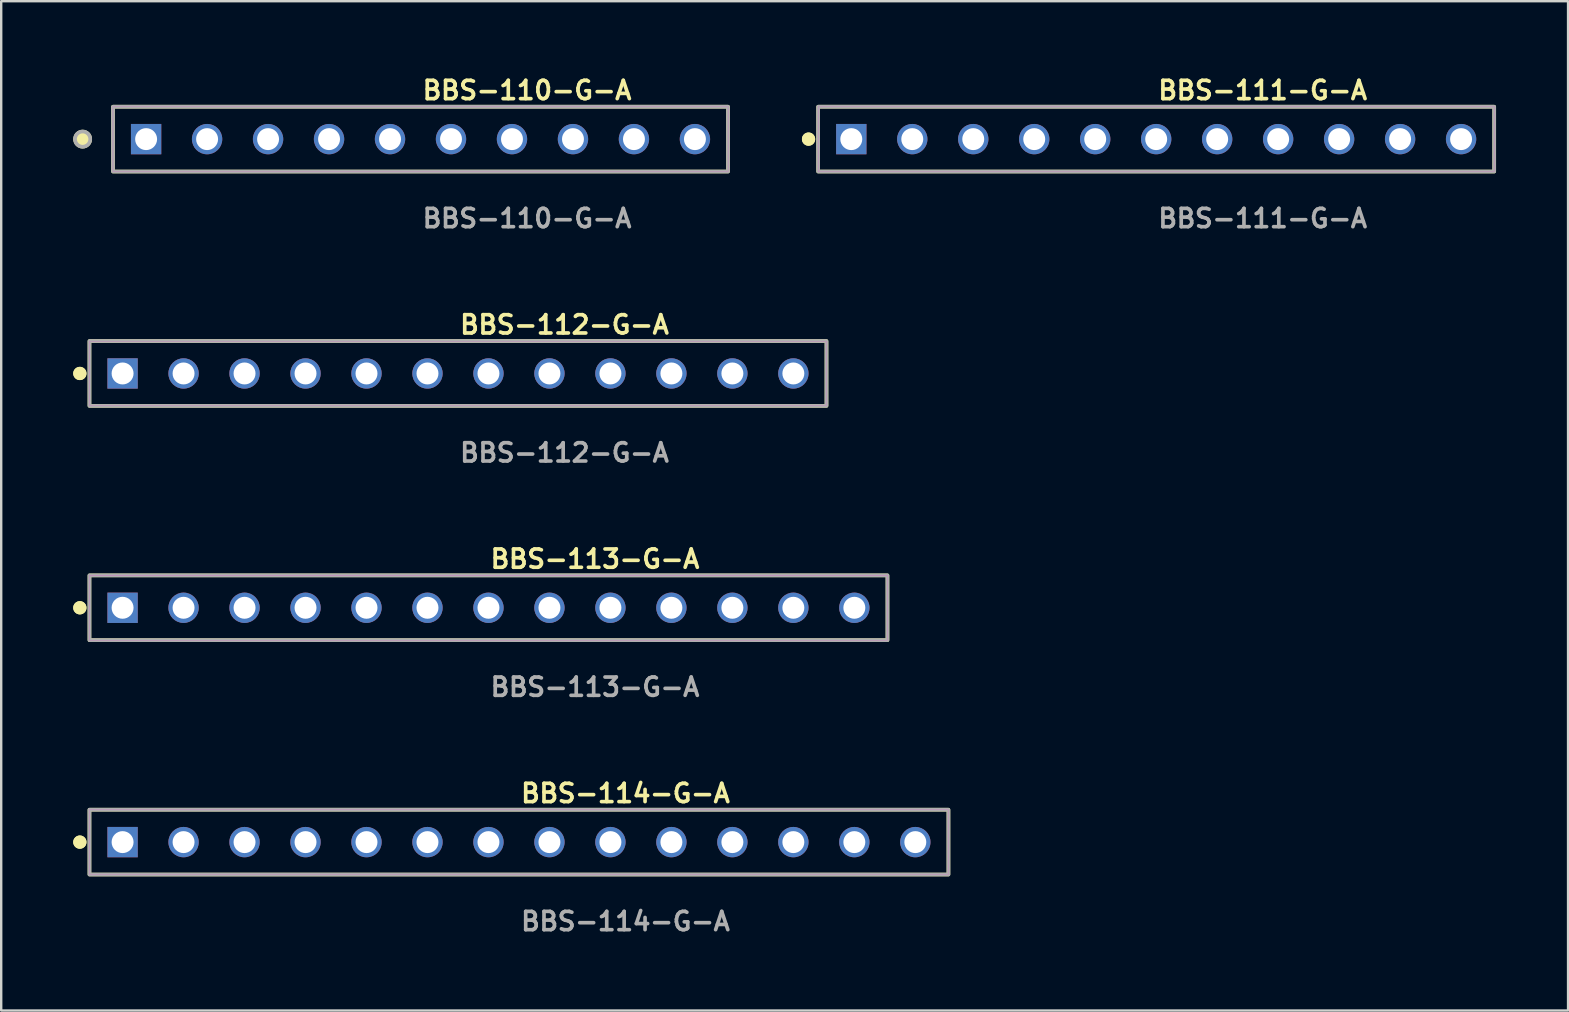
<source format=kicad_pcb>
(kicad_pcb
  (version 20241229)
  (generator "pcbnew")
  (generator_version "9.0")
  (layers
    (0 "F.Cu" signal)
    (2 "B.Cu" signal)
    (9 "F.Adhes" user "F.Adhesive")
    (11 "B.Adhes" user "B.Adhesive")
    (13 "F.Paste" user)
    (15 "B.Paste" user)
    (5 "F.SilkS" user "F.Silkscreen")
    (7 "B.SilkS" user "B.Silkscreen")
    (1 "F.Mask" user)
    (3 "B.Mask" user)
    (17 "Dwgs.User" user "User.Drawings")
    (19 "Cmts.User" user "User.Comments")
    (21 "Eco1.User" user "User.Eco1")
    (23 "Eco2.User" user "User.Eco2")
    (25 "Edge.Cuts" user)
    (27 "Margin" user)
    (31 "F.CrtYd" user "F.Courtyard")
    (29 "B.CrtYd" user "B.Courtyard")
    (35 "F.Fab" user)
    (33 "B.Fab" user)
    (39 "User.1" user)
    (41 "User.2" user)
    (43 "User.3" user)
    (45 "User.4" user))
  (footprint "BBS-111-G-A"
    (layer "F.Cu")
    (at 45.109 2.745)
    (property "Reference" "BBS-111-G-A" (at 0 -2.032 0) (unlocked yes) (layer "F.SilkS") (effects (font (size 0.762 0.762) (thickness 0.152)) (justify left)))
    (fp_rect (start -14.08 1.35) (end 14.08 -1.35) (stroke (width 0.152) (type solid)) (fill no) (layer "F.SilkS"))
    (fp_circle (center -14.48 0) (end -14.68 0) (stroke (width 0.152) (type solid)) (fill yes) (layer "F.SilkS"))
    (fp_circle (center -14.48 0) (end -14.68 0) (stroke (width 0.152) (type solid)) (fill yes) (layer "F.SilkS"))
    (fp_rect (start -14.08 1.35) (end 14.08 -1.35) (stroke (width 0.006) (type solid)) (fill no) (layer "F.CrtYd"))
    (fp_rect (start -14.08 1.35) (end 14.08 -1.35) (stroke (width 0.152) (type solid)) (fill no) (layer "F.Fab"))
    (fp_text user "${REFERENCE}" (at 0 3.302 0) (unlocked yes) (layer "F.Fab") (effects (font (size 0.762 0.762) (thickness 0.152)) (justify left)))
    (pad "1" thru_hole rect (at -12.7 0) (size 1.264 1.264) (drill 0.914) (layers "*.Cu" "*.Mask"))
    (pad "2" thru_hole circle (at -10.16 0) (size 1.264 1.264) (drill 0.914) (layers "*.Cu" "*.Mask"))
    (pad "3" thru_hole circle (at -7.62 0) (size 1.264 1.264) (drill 0.914) (layers "*.Cu" "*.Mask"))
    (pad "4" thru_hole circle (at -5.08 0) (size 1.264 1.264) (drill 0.914) (layers "*.Cu" "*.Mask"))
    (pad "5" thru_hole circle (at -2.54 0) (size 1.264 1.264) (drill 0.914) (layers "*.Cu" "*.Mask"))
    (pad "6" thru_hole circle (at 0 0) (size 1.264 1.264) (drill 0.914) (layers "*.Cu" "*.Mask"))
    (pad "7" thru_hole circle (at 2.54 0) (size 1.264 1.264) (drill 0.914) (layers "*.Cu" "*.Mask"))
    (pad "8" thru_hole circle (at 5.08 0) (size 1.264 1.264) (drill 0.914) (layers "*.Cu" "*.Mask"))
    (pad "9" thru_hole circle (at 7.62 0) (size 1.264 1.264) (drill 0.914) (layers "*.Cu" "*.Mask"))
    (pad "10" thru_hole circle (at 10.16 0) (size 1.264 1.264) (drill 0.914) (layers "*.Cu" "*.Mask"))
    (pad "11" thru_hole circle (at 12.7 0) (size 1.264 1.264) (drill 0.914) (layers "*.Cu" "*.Mask")))
  (footprint "BBS-110-G-A"
    (layer "F.Cu")
    (at 14.466 2.745)
    (property "Reference" "BBS-110-G-A" (at 0 -2.032 0) (unlocked yes) (layer "F.SilkS") (effects (font (size 0.762 0.762) (thickness 0.152)) (justify left)))
    (fp_rect (start -12.81 1.35) (end 12.81 -1.35) (stroke (width 0.152) (type solid)) (fill no) (layer "F.SilkS"))
    (fp_circle (center -14.074 0) (end -14.39 0) (stroke (width 0.152) (type solid)) (fill yes) (layer "F.SilkS"))
    (fp_rect (start -12.81 1.35) (end 12.81 -1.35) (stroke (width 0.006) (type solid)) (fill no) (layer "F.CrtYd"))
    (fp_rect (start -12.81 1.35) (end 12.81 -1.35) (stroke (width 0.152) (type solid)) (fill no) (layer "F.Fab"))
    (fp_circle (center -14.074 0) (end -14.39 0) (stroke (width 0.152) (type solid)) (fill no) (layer "F.Fab"))
    (fp_text user "${REFERENCE}" (at 0 3.302 0) (unlocked yes) (layer "F.Fab") (effects (font (size 0.762 0.762) (thickness 0.152)) (justify left)))
    (pad "1" thru_hole rect (at -11.43 0) (size 1.264 1.264) (drill 0.914) (layers "*.Cu" "*.Mask"))
    (pad "2" thru_hole circle (at -8.89 0) (size 1.264 1.264) (drill 0.914) (layers "*.Cu" "*.Mask"))
    (pad "3" thru_hole circle (at -6.35 0) (size 1.264 1.264) (drill 0.914) (layers "*.Cu" "*.Mask"))
    (pad "4" thru_hole circle (at -3.81 0) (size 1.264 1.264) (drill 0.914) (layers "*.Cu" "*.Mask"))
    (pad "5" thru_hole circle (at -1.27 0) (size 1.264 1.264) (drill 0.914) (layers "*.Cu" "*.Mask"))
    (pad "6" thru_hole circle (at 1.27 0) (size 1.264 1.264) (drill 0.914) (layers "*.Cu" "*.Mask"))
    (pad "7" thru_hole circle (at 3.81 0) (size 1.264 1.264) (drill 0.914) (layers "*.Cu" "*.Mask"))
    (pad "8" thru_hole circle (at 6.35 0) (size 1.264 1.264) (drill 0.914) (layers "*.Cu" "*.Mask"))
    (pad "9" thru_hole circle (at 8.89 0) (size 1.264 1.264) (drill 0.914) (layers "*.Cu" "*.Mask"))
    (pad "10" thru_hole circle (at 11.43 0) (size 1.264 1.264) (drill 0.914) (layers "*.Cu" "*.Mask")))
  (footprint "BBS-113-G-A"
    (layer "F.Cu")
    (at 17.296 22.266)
    (property "Reference" "BBS-113-G-A" (at 0 -2.032 0) (unlocked yes) (layer "F.SilkS") (effects (font (size 0.762 0.762) (thickness 0.152)) (justify left)))
    (fp_rect (start -16.62 1.35) (end 16.62 -1.35) (stroke (width 0.152) (type solid)) (fill no) (layer "F.SilkS"))
    (fp_circle (center -17.02 0) (end -17.22 0) (stroke (width 0.152) (type solid)) (fill yes) (layer "F.SilkS"))
    (fp_circle (center -17.02 0) (end -17.22 0) (stroke (width 0.152) (type solid)) (fill yes) (layer "F.SilkS"))
    (fp_rect (start -16.62 1.35) (end 16.62 -1.35) (stroke (width 0.006) (type solid)) (fill no) (layer "F.CrtYd"))
    (fp_rect (start -16.62 1.35) (end 16.62 -1.35) (stroke (width 0.152) (type solid)) (fill no) (layer "F.Fab"))
    (fp_text user "${REFERENCE}" (at 0 3.302 0) (unlocked yes) (layer "F.Fab") (effects (font (size 0.762 0.762) (thickness 0.152)) (justify left)))
    (pad "1" thru_hole rect (at -15.24 0) (size 1.264 1.264) (drill 0.914) (layers "*.Cu" "*.Mask"))
    (pad "2" thru_hole circle (at -12.7 0) (size 1.264 1.264) (drill 0.914) (layers "*.Cu" "*.Mask"))
    (pad "3" thru_hole circle (at -10.16 0) (size 1.264 1.264) (drill 0.914) (layers "*.Cu" "*.Mask"))
    (pad "4" thru_hole circle (at -7.62 0) (size 1.264 1.264) (drill 0.914) (layers "*.Cu" "*.Mask"))
    (pad "5" thru_hole circle (at -5.08 0) (size 1.264 1.264) (drill 0.914) (layers "*.Cu" "*.Mask"))
    (pad "6" thru_hole circle (at -2.54 0) (size 1.264 1.264) (drill 0.914) (layers "*.Cu" "*.Mask"))
    (pad "7" thru_hole circle (at 0 0) (size 1.264 1.264) (drill 0.914) (layers "*.Cu" "*.Mask"))
    (pad "8" thru_hole circle (at 2.54 0) (size 1.264 1.264) (drill 0.914) (layers "*.Cu" "*.Mask"))
    (pad "9" thru_hole circle (at 5.08 0) (size 1.264 1.264) (drill 0.914) (layers "*.Cu" "*.Mask"))
    (pad "10" thru_hole circle (at 7.62 0) (size 1.264 1.264) (drill 0.914) (layers "*.Cu" "*.Mask"))
    (pad "11" thru_hole circle (at 10.16 0) (size 1.264 1.264) (drill 0.914) (layers "*.Cu" "*.Mask"))
    (pad "12" thru_hole circle (at 12.7 0) (size 1.264 1.264) (drill 0.914) (layers "*.Cu" "*.Mask"))
    (pad "13" thru_hole circle (at 15.24 0) (size 1.264 1.264) (drill 0.914) (layers "*.Cu" "*.Mask")))
  (footprint "BBS-112-G-A"
    (layer "F.Cu")
    (at 16.026 12.506)
    (property "Reference" "BBS-112-G-A" (at 0 -2.032 0) (unlocked yes) (layer "F.SilkS") (effects (font (size 0.762 0.762) (thickness 0.152)) (justify left)))
    (fp_rect (start -15.35 1.35) (end 15.35 -1.35) (stroke (width 0.152) (type solid)) (fill no) (layer "F.SilkS"))
    (fp_circle (center -15.75 0) (end -15.95 0) (stroke (width 0.152) (type solid)) (fill yes) (layer "F.SilkS"))
    (fp_circle (center -15.75 0) (end -15.95 0) (stroke (width 0.152) (type solid)) (fill yes) (layer "F.SilkS"))
    (fp_rect (start -15.35 1.35) (end 15.35 -1.35) (stroke (width 0.006) (type solid)) (fill no) (layer "F.CrtYd"))
    (fp_rect (start -15.35 1.35) (end 15.35 -1.35) (stroke (width 0.152) (type solid)) (fill no) (layer "F.Fab"))
    (fp_text user "${REFERENCE}" (at 0 3.302 0) (unlocked yes) (layer "F.Fab") (effects (font (size 0.762 0.762) (thickness 0.152)) (justify left)))
    (pad "1" thru_hole rect (at -13.97 0) (size 1.264 1.264) (drill 0.914) (layers "*.Cu" "*.Mask"))
    (pad "2" thru_hole circle (at -11.43 0) (size 1.264 1.264) (drill 0.914) (layers "*.Cu" "*.Mask"))
    (pad "3" thru_hole circle (at -8.89 0) (size 1.264 1.264) (drill 0.914) (layers "*.Cu" "*.Mask"))
    (pad "4" thru_hole circle (at -6.35 0) (size 1.264 1.264) (drill 0.914) (layers "*.Cu" "*.Mask"))
    (pad "5" thru_hole circle (at -3.81 0) (size 1.264 1.264) (drill 0.914) (layers "*.Cu" "*.Mask"))
    (pad "6" thru_hole circle (at -1.27 0) (size 1.264 1.264) (drill 0.914) (layers "*.Cu" "*.Mask"))
    (pad "7" thru_hole circle (at 1.27 0) (size 1.264 1.264) (drill 0.914) (layers "*.Cu" "*.Mask"))
    (pad "8" thru_hole circle (at 3.81 0) (size 1.264 1.264) (drill 0.914) (layers "*.Cu" "*.Mask"))
    (pad "9" thru_hole circle (at 6.35 0) (size 1.264 1.264) (drill 0.914) (layers "*.Cu" "*.Mask"))
    (pad "10" thru_hole circle (at 8.89 0) (size 1.264 1.264) (drill 0.914) (layers "*.Cu" "*.Mask"))
    (pad "11" thru_hole circle (at 11.43 0) (size 1.264 1.264) (drill 0.914) (layers "*.Cu" "*.Mask"))
    (pad "12" thru_hole circle (at 13.97 0) (size 1.264 1.264) (drill 0.914) (layers "*.Cu" "*.Mask")))
  (footprint "BBS-114-G-A"
    (layer "F.Cu")
    (at 18.566 32.027)
    (property "Reference" "BBS-114-G-A" (at 0 -2.032 0) (unlocked yes) (layer "F.SilkS") (effects (font (size 0.762 0.762) (thickness 0.152)) (justify left)))
    (fp_rect (start -17.89 1.35) (end 17.89 -1.35) (stroke (width 0.152) (type solid)) (fill no) (layer "F.SilkS"))
    (fp_circle (center -18.29 0) (end -18.49 0) (stroke (width 0.152) (type solid)) (fill yes) (layer "F.SilkS"))
    (fp_circle (center -18.29 0) (end -18.49 0) (stroke (width 0.152) (type solid)) (fill yes) (layer "F.SilkS"))
    (fp_rect (start -17.89 1.35) (end 17.89 -1.35) (stroke (width 0.006) (type solid)) (fill no) (layer "F.CrtYd"))
    (fp_rect (start -17.89 1.35) (end 17.89 -1.35) (stroke (width 0.152) (type solid)) (fill no) (layer "F.Fab"))
    (fp_text user "${REFERENCE}" (at 0 3.302 0) (unlocked yes) (layer "F.Fab") (effects (font (size 0.762 0.762) (thickness 0.152)) (justify left)))
    (pad "1" thru_hole rect (at -16.51 0) (size 1.264 1.264) (drill 0.914) (layers "*.Cu" "*.Mask"))
    (pad "2" thru_hole circle (at -13.97 0) (size 1.264 1.264) (drill 0.914) (layers "*.Cu" "*.Mask"))
    (pad "3" thru_hole circle (at -11.43 0) (size 1.264 1.264) (drill 0.914) (layers "*.Cu" "*.Mask"))
    (pad "4" thru_hole circle (at -8.89 0) (size 1.264 1.264) (drill 0.914) (layers "*.Cu" "*.Mask"))
    (pad "5" thru_hole circle (at -6.35 0) (size 1.264 1.264) (drill 0.914) (layers "*.Cu" "*.Mask"))
    (pad "6" thru_hole circle (at -3.81 0) (size 1.264 1.264) (drill 0.914) (layers "*.Cu" "*.Mask"))
    (pad "7" thru_hole circle (at -1.27 0) (size 1.264 1.264) (drill 0.914) (layers "*.Cu" "*.Mask"))
    (pad "8" thru_hole circle (at 1.27 0) (size 1.264 1.264) (drill 0.914) (layers "*.Cu" "*.Mask"))
    (pad "9" thru_hole circle (at 3.81 0) (size 1.264 1.264) (drill 0.914) (layers "*.Cu" "*.Mask"))
    (pad "10" thru_hole circle (at 6.35 0) (size 1.264 1.264) (drill 0.914) (layers "*.Cu" "*.Mask"))
    (pad "11" thru_hole circle (at 8.89 0) (size 1.264 1.264) (drill 0.914) (layers "*.Cu" "*.Mask"))
    (pad "12" thru_hole circle (at 11.43 0) (size 1.264 1.264) (drill 0.914) (layers "*.Cu" "*.Mask"))
    (pad "13" thru_hole circle (at 13.97 0) (size 1.264 1.264) (drill 0.914) (layers "*.Cu" "*.Mask"))
    (pad "14" thru_hole circle (at 16.51 0) (size 1.264 1.264) (drill 0.914) (layers "*.Cu" "*.Mask")))
  (gr_rect
    (start -3 -3)
    (end 62.265 39.042)
    (stroke (width 0.1) (type default))
    (fill no)
    (layer "Edge.Cuts")))
</source>
